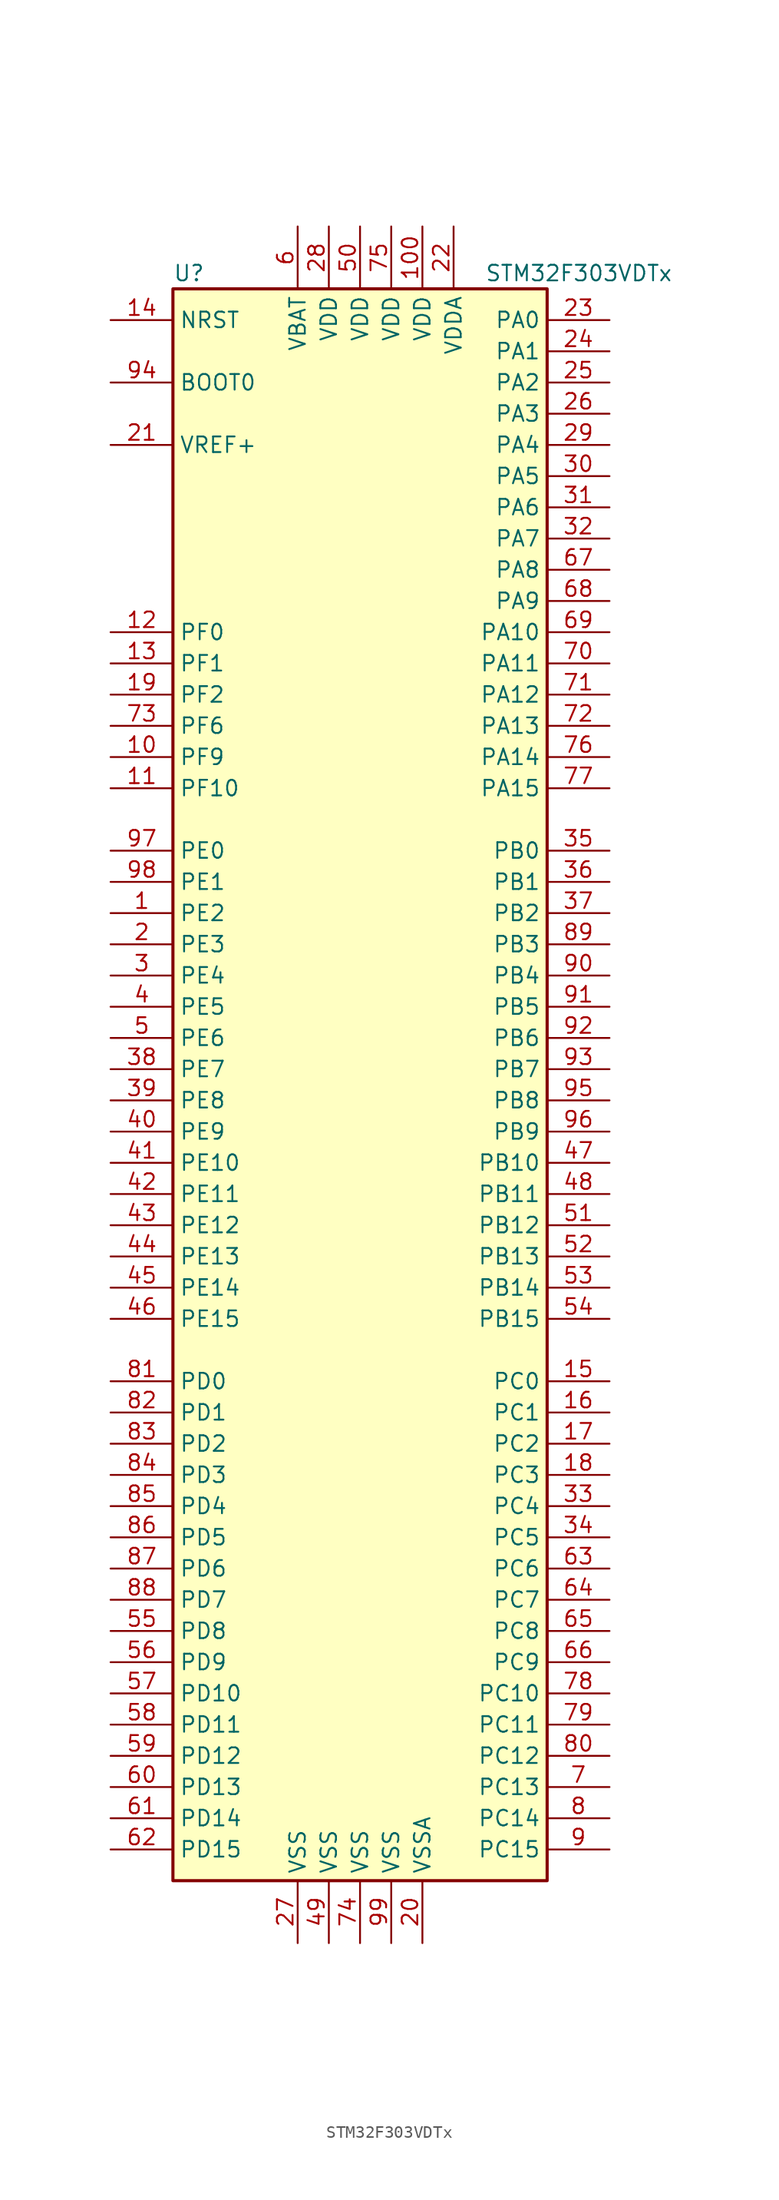
<source format=kicad_sym>
(kicad_symbol_lib
  (version 20201005)
  (generator kicad_symbol_editor)
  (symbol "STM32F303VDTx"
    (property "Reference" "U"
      (at -15.24 64.77 0)
      (effects (font (size 1.27 1.27)) (justify left)))
    (property "Value" "STM32F303VDTx"
      (at 10.16 64.77 0)
      (effects (font (size 1.27 1.27)) (justify left)))
    (symbol "STM32F303VDTx_0_1"
      (rectangle (start -15.24 -66.04) (end 15.24 63.5) (stroke (width 0.254)) (fill (type background))))
    (symbol "STM32F303VDTx_1_1"
      (pin bidirectional line (at -20.32 12.7 0) (length 5.08) (name "PE2" (effects (font (size 1.27 1.27)))) (number "1" (effects (font (size 1.27 1.27)))))
      (pin bidirectional line (at -20.32 25.4 0) (length 5.08) (name "PF9" (effects (font (size 1.27 1.27)))) (number "10" (effects (font (size 1.27 1.27)))))
      (pin power_in line (at 5.08 68.58 270) (length 5.08) (name "VDD" (effects (font (size 1.27 1.27)))) (number "100" (effects (font (size 1.27 1.27)))))
      (pin bidirectional line (at -20.32 22.86 0) (length 5.08) (name "PF10" (effects (font (size 1.27 1.27)))) (number "11" (effects (font (size 1.27 1.27)))))
      (pin input line (at -20.32 35.56 0) (length 5.08) (name "PF0" (effects (font (size 1.27 1.27)))) (number "12" (effects (font (size 1.27 1.27)))))
      (pin input line (at -20.32 33.02 0) (length 5.08) (name "PF1" (effects (font (size 1.27 1.27)))) (number "13" (effects (font (size 1.27 1.27)))))
      (pin input line (at -20.32 60.96 0) (length 5.08) (name "NRST" (effects (font (size 1.27 1.27)))) (number "14" (effects (font (size 1.27 1.27)))))
      (pin bidirectional line (at 20.32 -25.4 180) (length 5.08) (name "PC0" (effects (font (size 1.27 1.27)))) (number "15" (effects (font (size 1.27 1.27)))))
      (pin bidirectional line (at 20.32 -27.94 180) (length 5.08) (name "PC1" (effects (font (size 1.27 1.27)))) (number "16" (effects (font (size 1.27 1.27)))))
      (pin bidirectional line (at 20.32 -30.48 180) (length 5.08) (name "PC2" (effects (font (size 1.27 1.27)))) (number "17" (effects (font (size 1.27 1.27)))))
      (pin bidirectional line (at 20.32 -33.02 180) (length 5.08) (name "PC3" (effects (font (size 1.27 1.27)))) (number "18" (effects (font (size 1.27 1.27)))))
      (pin bidirectional line (at -20.32 30.48 0) (length 5.08) (name "PF2" (effects (font (size 1.27 1.27)))) (number "19" (effects (font (size 1.27 1.27)))))
      (pin bidirectional line (at -20.32 10.16 0) (length 5.08) (name "PE3" (effects (font (size 1.27 1.27)))) (number "2" (effects (font (size 1.27 1.27)))))
      (pin power_in line (at 5.08 -71.12 90) (length 5.08) (name "VSSA" (effects (font (size 1.27 1.27)))) (number "20" (effects (font (size 1.27 1.27)))))
      (pin power_in line (at -20.32 50.8 0) (length 5.08) (name "VREF+" (effects (font (size 1.27 1.27)))) (number "21" (effects (font (size 1.27 1.27)))))
      (pin power_in line (at 7.62 68.58 270) (length 5.08) (name "VDDA" (effects (font (size 1.27 1.27)))) (number "22" (effects (font (size 1.27 1.27)))))
      (pin bidirectional line (at 20.32 60.96 180) (length 5.08) (name "PA0" (effects (font (size 1.27 1.27)))) (number "23" (effects (font (size 1.27 1.27)))))
      (pin bidirectional line (at 20.32 58.42 180) (length 5.08) (name "PA1" (effects (font (size 1.27 1.27)))) (number "24" (effects (font (size 1.27 1.27)))))
      (pin bidirectional line (at 20.32 55.88 180) (length 5.08) (name "PA2" (effects (font (size 1.27 1.27)))) (number "25" (effects (font (size 1.27 1.27)))))
      (pin bidirectional line (at 20.32 53.34 180) (length 5.08) (name "PA3" (effects (font (size 1.27 1.27)))) (number "26" (effects (font (size 1.27 1.27)))))
      (pin power_in line (at -5.08 -71.12 90) (length 5.08) (name "VSS" (effects (font (size 1.27 1.27)))) (number "27" (effects (font (size 1.27 1.27)))))
      (pin power_in line (at -2.54 68.58 270) (length 5.08) (name "VDD" (effects (font (size 1.27 1.27)))) (number "28" (effects (font (size 1.27 1.27)))))
      (pin bidirectional line (at 20.32 50.8 180) (length 5.08) (name "PA4" (effects (font (size 1.27 1.27)))) (number "29" (effects (font (size 1.27 1.27)))))
      (pin bidirectional line (at -20.32 7.62 0) (length 5.08) (name "PE4" (effects (font (size 1.27 1.27)))) (number "3" (effects (font (size 1.27 1.27)))))
      (pin bidirectional line (at 20.32 48.26 180) (length 5.08) (name "PA5" (effects (font (size 1.27 1.27)))) (number "30" (effects (font (size 1.27 1.27)))))
      (pin bidirectional line (at 20.32 45.72 180) (length 5.08) (name "PA6" (effects (font (size 1.27 1.27)))) (number "31" (effects (font (size 1.27 1.27)))))
      (pin bidirectional line (at 20.32 43.18 180) (length 5.08) (name "PA7" (effects (font (size 1.27 1.27)))) (number "32" (effects (font (size 1.27 1.27)))))
      (pin bidirectional line (at 20.32 -35.56 180) (length 5.08) (name "PC4" (effects (font (size 1.27 1.27)))) (number "33" (effects (font (size 1.27 1.27)))))
      (pin bidirectional line (at 20.32 -38.1 180) (length 5.08) (name "PC5" (effects (font (size 1.27 1.27)))) (number "34" (effects (font (size 1.27 1.27)))))
      (pin bidirectional line (at 20.32 17.78 180) (length 5.08) (name "PB0" (effects (font (size 1.27 1.27)))) (number "35" (effects (font (size 1.27 1.27)))))
      (pin bidirectional line (at 20.32 15.24 180) (length 5.08) (name "PB1" (effects (font (size 1.27 1.27)))) (number "36" (effects (font (size 1.27 1.27)))))
      (pin bidirectional line (at 20.32 12.7 180) (length 5.08) (name "PB2" (effects (font (size 1.27 1.27)))) (number "37" (effects (font (size 1.27 1.27)))))
      (pin bidirectional line (at -20.32 0 0) (length 5.08) (name "PE7" (effects (font (size 1.27 1.27)))) (number "38" (effects (font (size 1.27 1.27)))))
      (pin bidirectional line (at -20.32 -2.54 0) (length 5.08) (name "PE8" (effects (font (size 1.27 1.27)))) (number "39" (effects (font (size 1.27 1.27)))))
      (pin bidirectional line (at -20.32 5.08 0) (length 5.08) (name "PE5" (effects (font (size 1.27 1.27)))) (number "4" (effects (font (size 1.27 1.27)))))
      (pin bidirectional line (at -20.32 -5.08 0) (length 5.08) (name "PE9" (effects (font (size 1.27 1.27)))) (number "40" (effects (font (size 1.27 1.27)))))
      (pin bidirectional line (at -20.32 -7.62 0) (length 5.08) (name "PE10" (effects (font (size 1.27 1.27)))) (number "41" (effects (font (size 1.27 1.27)))))
      (pin bidirectional line (at -20.32 -10.16 0) (length 5.08) (name "PE11" (effects (font (size 1.27 1.27)))) (number "42" (effects (font (size 1.27 1.27)))))
      (pin bidirectional line (at -20.32 -12.7 0) (length 5.08) (name "PE12" (effects (font (size 1.27 1.27)))) (number "43" (effects (font (size 1.27 1.27)))))
      (pin bidirectional line (at -20.32 -15.24 0) (length 5.08) (name "PE13" (effects (font (size 1.27 1.27)))) (number "44" (effects (font (size 1.27 1.27)))))
      (pin bidirectional line (at -20.32 -17.78 0) (length 5.08) (name "PE14" (effects (font (size 1.27 1.27)))) (number "45" (effects (font (size 1.27 1.27)))))
      (pin bidirectional line (at -20.32 -20.32 0) (length 5.08) (name "PE15" (effects (font (size 1.27 1.27)))) (number "46" (effects (font (size 1.27 1.27)))))
      (pin bidirectional line (at 20.32 -7.62 180) (length 5.08) (name "PB10" (effects (font (size 1.27 1.27)))) (number "47" (effects (font (size 1.27 1.27)))))
      (pin bidirectional line (at 20.32 -10.16 180) (length 5.08) (name "PB11" (effects (font (size 1.27 1.27)))) (number "48" (effects (font (size 1.27 1.27)))))
      (pin power_in line (at -2.54 -71.12 90) (length 5.08) (name "VSS" (effects (font (size 1.27 1.27)))) (number "49" (effects (font (size 1.27 1.27)))))
      (pin bidirectional line (at -20.32 2.54 0) (length 5.08) (name "PE6" (effects (font (size 1.27 1.27)))) (number "5" (effects (font (size 1.27 1.27)))))
      (pin power_in line (at 0 68.58 270) (length 5.08) (name "VDD" (effects (font (size 1.27 1.27)))) (number "50" (effects (font (size 1.27 1.27)))))
      (pin bidirectional line (at 20.32 -12.7 180) (length 5.08) (name "PB12" (effects (font (size 1.27 1.27)))) (number "51" (effects (font (size 1.27 1.27)))))
      (pin bidirectional line (at 20.32 -15.24 180) (length 5.08) (name "PB13" (effects (font (size 1.27 1.27)))) (number "52" (effects (font (size 1.27 1.27)))))
      (pin bidirectional line (at 20.32 -17.78 180) (length 5.08) (name "PB14" (effects (font (size 1.27 1.27)))) (number "53" (effects (font (size 1.27 1.27)))))
      (pin bidirectional line (at 20.32 -20.32 180) (length 5.08) (name "PB15" (effects (font (size 1.27 1.27)))) (number "54" (effects (font (size 1.27 1.27)))))
      (pin bidirectional line (at -20.32 -45.72 0) (length 5.08) (name "PD8" (effects (font (size 1.27 1.27)))) (number "55" (effects (font (size 1.27 1.27)))))
      (pin bidirectional line (at -20.32 -48.26 0) (length 5.08) (name "PD9" (effects (font (size 1.27 1.27)))) (number "56" (effects (font (size 1.27 1.27)))))
      (pin bidirectional line (at -20.32 -50.8 0) (length 5.08) (name "PD10" (effects (font (size 1.27 1.27)))) (number "57" (effects (font (size 1.27 1.27)))))
      (pin bidirectional line (at -20.32 -53.34 0) (length 5.08) (name "PD11" (effects (font (size 1.27 1.27)))) (number "58" (effects (font (size 1.27 1.27)))))
      (pin bidirectional line (at -20.32 -55.88 0) (length 5.08) (name "PD12" (effects (font (size 1.27 1.27)))) (number "59" (effects (font (size 1.27 1.27)))))
      (pin power_in line (at -5.08 68.58 270) (length 5.08) (name "VBAT" (effects (font (size 1.27 1.27)))) (number "6" (effects (font (size 1.27 1.27)))))
      (pin bidirectional line (at -20.32 -58.42 0) (length 5.08) (name "PD13" (effects (font (size 1.27 1.27)))) (number "60" (effects (font (size 1.27 1.27)))))
      (pin bidirectional line (at -20.32 -60.96 0) (length 5.08) (name "PD14" (effects (font (size 1.27 1.27)))) (number "61" (effects (font (size 1.27 1.27)))))
      (pin bidirectional line (at -20.32 -63.5 0) (length 5.08) (name "PD15" (effects (font (size 1.27 1.27)))) (number "62" (effects (font (size 1.27 1.27)))))
      (pin bidirectional line (at 20.32 -40.64 180) (length 5.08) (name "PC6" (effects (font (size 1.27 1.27)))) (number "63" (effects (font (size 1.27 1.27)))))
      (pin bidirectional line (at 20.32 -43.18 180) (length 5.08) (name "PC7" (effects (font (size 1.27 1.27)))) (number "64" (effects (font (size 1.27 1.27)))))
      (pin bidirectional line (at 20.32 -45.72 180) (length 5.08) (name "PC8" (effects (font (size 1.27 1.27)))) (number "65" (effects (font (size 1.27 1.27)))))
      (pin bidirectional line (at 20.32 -48.26 180) (length 5.08) (name "PC9" (effects (font (size 1.27 1.27)))) (number "66" (effects (font (size 1.27 1.27)))))
      (pin bidirectional line (at 20.32 40.64 180) (length 5.08) (name "PA8" (effects (font (size 1.27 1.27)))) (number "67" (effects (font (size 1.27 1.27)))))
      (pin bidirectional line (at 20.32 38.1 180) (length 5.08) (name "PA9" (effects (font (size 1.27 1.27)))) (number "68" (effects (font (size 1.27 1.27)))))
      (pin bidirectional line (at 20.32 35.56 180) (length 5.08) (name "PA10" (effects (font (size 1.27 1.27)))) (number "69" (effects (font (size 1.27 1.27)))))
      (pin bidirectional line (at 20.32 -58.42 180) (length 5.08) (name "PC13" (effects (font (size 1.27 1.27)))) (number "7" (effects (font (size 1.27 1.27)))))
      (pin bidirectional line (at 20.32 33.02 180) (length 5.08) (name "PA11" (effects (font (size 1.27 1.27)))) (number "70" (effects (font (size 1.27 1.27)))))
      (pin bidirectional line (at 20.32 30.48 180) (length 5.08) (name "PA12" (effects (font (size 1.27 1.27)))) (number "71" (effects (font (size 1.27 1.27)))))
      (pin bidirectional line (at 20.32 27.94 180) (length 5.08) (name "PA13" (effects (font (size 1.27 1.27)))) (number "72" (effects (font (size 1.27 1.27)))))
      (pin bidirectional line (at -20.32 27.94 0) (length 5.08) (name "PF6" (effects (font (size 1.27 1.27)))) (number "73" (effects (font (size 1.27 1.27)))))
      (pin power_in line (at 0 -71.12 90) (length 5.08) (name "VSS" (effects (font (size 1.27 1.27)))) (number "74" (effects (font (size 1.27 1.27)))))
      (pin power_in line (at 2.54 68.58 270) (length 5.08) (name "VDD" (effects (font (size 1.27 1.27)))) (number "75" (effects (font (size 1.27 1.27)))))
      (pin bidirectional line (at 20.32 25.4 180) (length 5.08) (name "PA14" (effects (font (size 1.27 1.27)))) (number "76" (effects (font (size 1.27 1.27)))))
      (pin bidirectional line (at 20.32 22.86 180) (length 5.08) (name "PA15" (effects (font (size 1.27 1.27)))) (number "77" (effects (font (size 1.27 1.27)))))
      (pin bidirectional line (at 20.32 -50.8 180) (length 5.08) (name "PC10" (effects (font (size 1.27 1.27)))) (number "78" (effects (font (size 1.27 1.27)))))
      (pin bidirectional line (at 20.32 -53.34 180) (length 5.08) (name "PC11" (effects (font (size 1.27 1.27)))) (number "79" (effects (font (size 1.27 1.27)))))
      (pin bidirectional line (at 20.32 -60.96 180) (length 5.08) (name "PC14" (effects (font (size 1.27 1.27)))) (number "8" (effects (font (size 1.27 1.27)))))
      (pin bidirectional line (at 20.32 -55.88 180) (length 5.08) (name "PC12" (effects (font (size 1.27 1.27)))) (number "80" (effects (font (size 1.27 1.27)))))
      (pin bidirectional line (at -20.32 -25.4 0) (length 5.08) (name "PD0" (effects (font (size 1.27 1.27)))) (number "81" (effects (font (size 1.27 1.27)))))
      (pin bidirectional line (at -20.32 -27.94 0) (length 5.08) (name "PD1" (effects (font (size 1.27 1.27)))) (number "82" (effects (font (size 1.27 1.27)))))
      (pin bidirectional line (at -20.32 -30.48 0) (length 5.08) (name "PD2" (effects (font (size 1.27 1.27)))) (number "83" (effects (font (size 1.27 1.27)))))
      (pin bidirectional line (at -20.32 -33.02 0) (length 5.08) (name "PD3" (effects (font (size 1.27 1.27)))) (number "84" (effects (font (size 1.27 1.27)))))
      (pin bidirectional line (at -20.32 -35.56 0) (length 5.08) (name "PD4" (effects (font (size 1.27 1.27)))) (number "85" (effects (font (size 1.27 1.27)))))
      (pin bidirectional line (at -20.32 -38.1 0) (length 5.08) (name "PD5" (effects (font (size 1.27 1.27)))) (number "86" (effects (font (size 1.27 1.27)))))
      (pin bidirectional line (at -20.32 -40.64 0) (length 5.08) (name "PD6" (effects (font (size 1.27 1.27)))) (number "87" (effects (font (size 1.27 1.27)))))
      (pin bidirectional line (at -20.32 -43.18 0) (length 5.08) (name "PD7" (effects (font (size 1.27 1.27)))) (number "88" (effects (font (size 1.27 1.27)))))
      (pin bidirectional line (at 20.32 10.16 180) (length 5.08) (name "PB3" (effects (font (size 1.27 1.27)))) (number "89" (effects (font (size 1.27 1.27)))))
      (pin bidirectional line (at 20.32 -63.5 180) (length 5.08) (name "PC15" (effects (font (size 1.27 1.27)))) (number "9" (effects (font (size 1.27 1.27)))))
      (pin bidirectional line (at 20.32 7.62 180) (length 5.08) (name "PB4" (effects (font (size 1.27 1.27)))) (number "90" (effects (font (size 1.27 1.27)))))
      (pin bidirectional line (at 20.32 5.08 180) (length 5.08) (name "PB5" (effects (font (size 1.27 1.27)))) (number "91" (effects (font (size 1.27 1.27)))))
      (pin bidirectional line (at 20.32 2.54 180) (length 5.08) (name "PB6" (effects (font (size 1.27 1.27)))) (number "92" (effects (font (size 1.27 1.27)))))
      (pin bidirectional line (at 20.32 0 180) (length 5.08) (name "PB7" (effects (font (size 1.27 1.27)))) (number "93" (effects (font (size 1.27 1.27)))))
      (pin input line (at -20.32 55.88 0) (length 5.08) (name "BOOT0" (effects (font (size 1.27 1.27)))) (number "94" (effects (font (size 1.27 1.27)))))
      (pin bidirectional line (at 20.32 -2.54 180) (length 5.08) (name "PB8" (effects (font (size 1.27 1.27)))) (number "95" (effects (font (size 1.27 1.27)))))
      (pin bidirectional line (at 20.32 -5.08 180) (length 5.08) (name "PB9" (effects (font (size 1.27 1.27)))) (number "96" (effects (font (size 1.27 1.27)))))
      (pin bidirectional line (at -20.32 17.78 0) (length 5.08) (name "PE0" (effects (font (size 1.27 1.27)))) (number "97" (effects (font (size 1.27 1.27)))))
      (pin bidirectional line (at -20.32 15.24 0) (length 5.08) (name "PE1" (effects (font (size 1.27 1.27)))) (number "98" (effects (font (size 1.27 1.27)))))
      (pin power_in line (at 2.54 -71.12 90) (length 5.08) (name "VSS" (effects (font (size 1.27 1.27)))) (number "99" (effects (font (size 1.27 1.27))))))))
</source>
